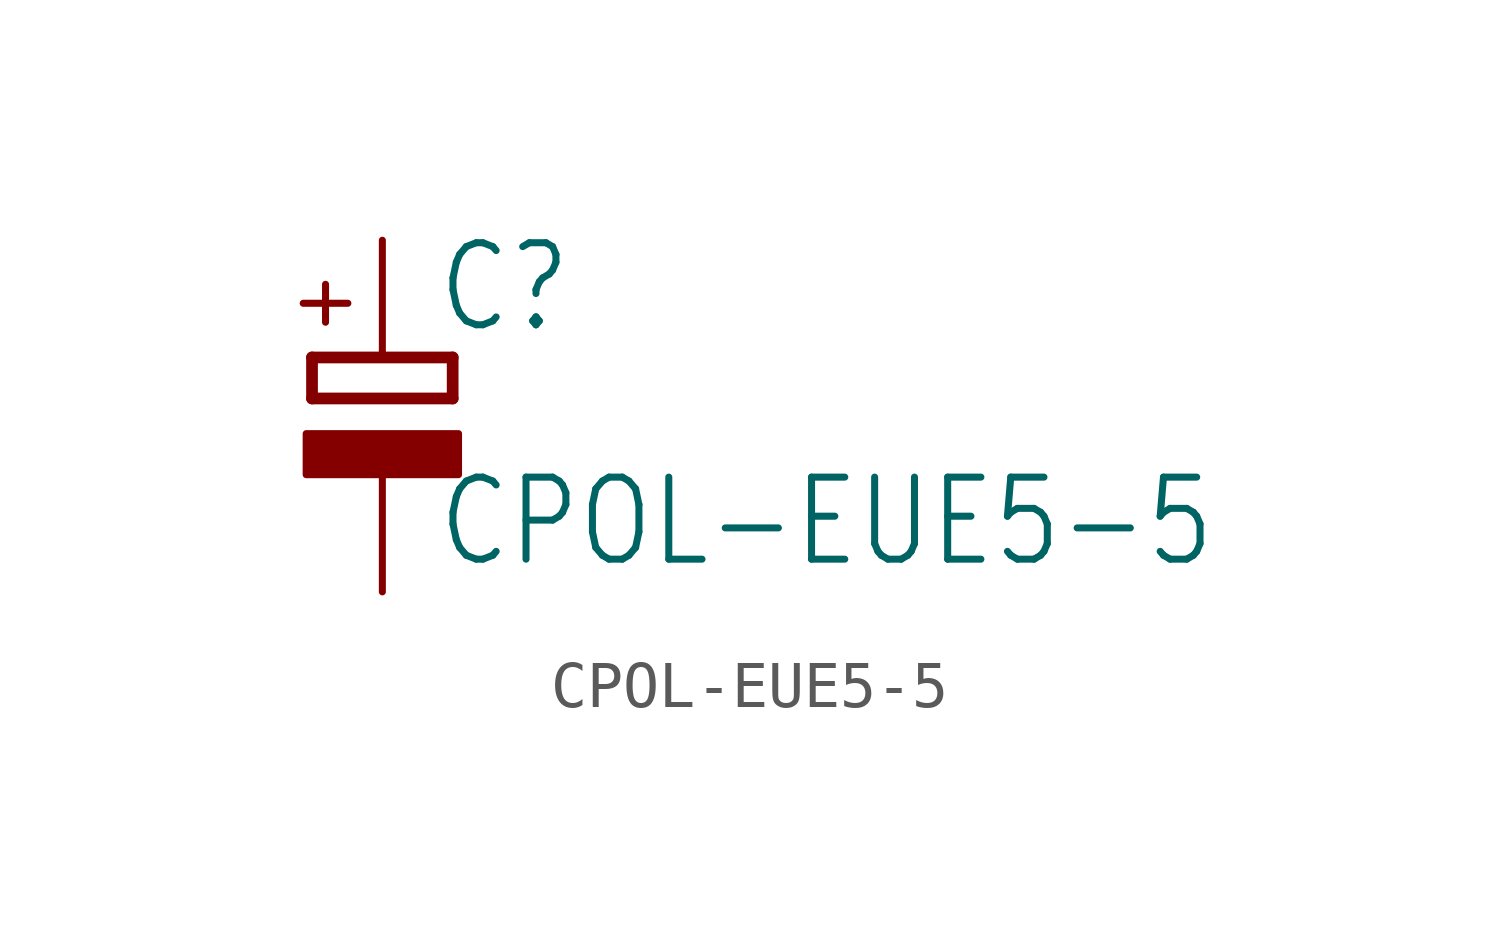
<source format=kicad_sym>
(kicad_symbol_lib
  (version 20220331)
  (generator kicad_symbol_editor)
  (symbol "CPOL-EUE5-5"
    (property "Reference" "C"
      (at 1.143 0.483 0)
      (effects (font (size 1.778 1.511)) (justify left bottom)))
    (property "Value" "CPOL-EUE5-5"
      (at 1.143 -4.597 0)
      (effects (font (size 1.778 1.511)) (justify left bottom)))
    (property "ki_locked" ""
      (at 0 0 0)
      (effects (font (size 1.27 1.27))))
    (symbol "CPOL-EUE5-5_1_0"
      (rectangle (start -1.651 -2.54) (end 1.651 -1.651) (stroke (width 0) (type default)) (fill (type outline)))
      (polyline (pts (xy -1.524 -0.889) (xy 1.524 -0.889)) (stroke (width 0.254) (type solid)) (fill (type none)))
      (polyline (pts (xy -1.524 0) (xy -1.524 -0.889)) (stroke (width 0.254) (type solid)) (fill (type none)))
      (polyline (pts (xy -1.524 0) (xy 1.524 0)) (stroke (width 0.254) (type solid)) (fill (type none)))
      (polyline (pts (xy 1.524 -0.889) (xy 1.524 0)) (stroke (width 0.254) (type solid)) (fill (type none)))
      (text "+" (at -0.584 0.406 900) (effects (font (size 1.27 1.079)) (justify left bottom)))
      (pin passive line (at 0 2.54 270) (length 2.54) (name "+" (effects (font (size 0 0)))) (number "+" (effects (font (size 0 0)))))
      (pin passive line (at 0 -5.08 90) (length 2.54) (name "-" (effects (font (size 0 0)))) (number "-" (effects (font (size 0 0))))))))
</source>
